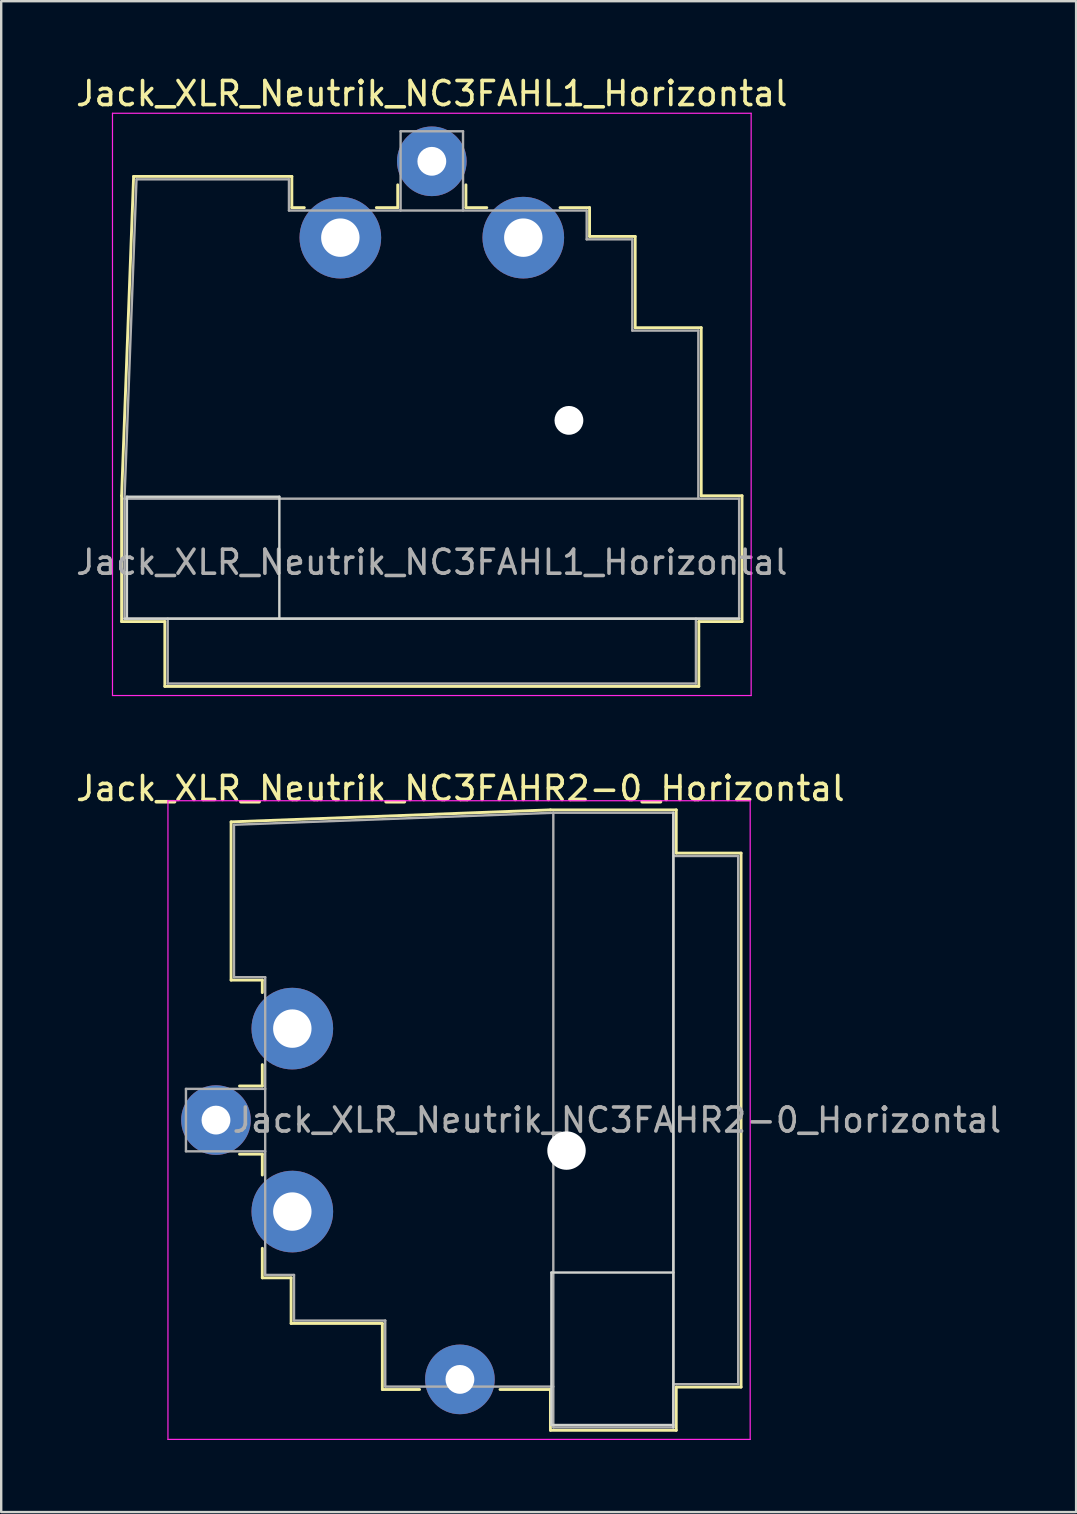
<source format=kicad_pcb>
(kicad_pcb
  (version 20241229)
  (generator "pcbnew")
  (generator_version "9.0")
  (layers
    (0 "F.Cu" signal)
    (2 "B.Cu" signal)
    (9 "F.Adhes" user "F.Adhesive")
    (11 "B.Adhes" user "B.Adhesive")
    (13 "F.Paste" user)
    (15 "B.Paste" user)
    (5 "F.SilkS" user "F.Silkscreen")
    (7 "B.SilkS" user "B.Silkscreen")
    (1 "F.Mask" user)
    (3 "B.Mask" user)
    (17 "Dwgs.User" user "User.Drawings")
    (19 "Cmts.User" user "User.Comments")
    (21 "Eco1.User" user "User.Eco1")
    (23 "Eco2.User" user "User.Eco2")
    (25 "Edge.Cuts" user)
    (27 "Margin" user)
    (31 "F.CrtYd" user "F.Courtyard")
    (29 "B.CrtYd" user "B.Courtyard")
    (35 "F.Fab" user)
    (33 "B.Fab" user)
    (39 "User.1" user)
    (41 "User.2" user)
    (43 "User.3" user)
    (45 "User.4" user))
  (footprint "Jack_XLR_Neutrik_NC3FAHR2-0_Horizontal"
    (layer "F.Cu")
    (at 9.125 39.791)
    (property "Reference" "Jack_XLR_Neutrik_NC3FAHR2-0_Horizontal" (at 7 -10 0) (layer "F.SilkS") (effects (font (size 1 1) (thickness 0.15))))
    (attr through_hole)
    (fp_line (start -2.55 -8.61) (end -2.55 -2.02) (stroke (width 0.12) (type solid)) (layer "F.SilkS"))
    (fp_line (start -2.55 -2.02) (end -1.25 -2.02) (stroke (width 0.12) (type solid)) (layer "F.SilkS"))
    (fp_line (start -1.25 -2.02) (end -1.25 -1.5) (stroke (width 0.12) (type solid)) (layer "F.SilkS"))
    (fp_line (start -1.25 1.5) (end -1.25 2.39) (stroke (width 0.12) (type solid)) (layer "F.SilkS"))
    (fp_line (start -1.25 2.39) (end -2.2 2.39) (stroke (width 0.12) (type solid)) (layer "F.SilkS"))
    (fp_line (start -1.25 5.23) (end -2.2 5.23) (stroke (width 0.12) (type solid)) (layer "F.SilkS"))
    (fp_line (start -1.25 5.23) (end -1.25 6.1) (stroke (width 0.12) (type solid)) (layer "F.SilkS"))
    (fp_line (start -1.25 9.15) (end -1.25 10.38) (stroke (width 0.12) (type solid)) (layer "F.SilkS"))
    (fp_line (start -0.05 10.38) (end -1.25 10.38) (stroke (width 0.12) (type solid)) (layer "F.SilkS"))
    (fp_line (start -0.05 10.38) (end -0.05 12.28) (stroke (width 0.12) (type solid)) (layer "F.SilkS"))
    (fp_line (start 3.75 12.28) (end -0.05 12.28) (stroke (width 0.12) (type solid)) (layer "F.SilkS"))
    (fp_line (start 3.75 12.28) (end 3.75 15.03) (stroke (width 0.12) (type solid)) (layer "F.SilkS"))
    (fp_line (start 5.3 15.03) (end 3.75 15.03) (stroke (width 0.12) (type solid)) (layer "F.SilkS"))
    (fp_line (start 10.75 -9.11) (end -2.55 -8.61) (stroke (width 0.12) (type solid)) (layer "F.SilkS"))
    (fp_line (start 10.75 15.03) (end 8.65 15.03) (stroke (width 0.12) (type solid)) (layer "F.SilkS"))
    (fp_line (start 10.75 16.73) (end 10.75 15.03) (stroke (width 0.12) (type solid)) (layer "F.SilkS"))
    (fp_line (start 15.99 -9.11) (end 10.75 -9.11) (stroke (width 0.12) (type solid)) (layer "F.SilkS"))
    (fp_line (start 15.99 -9.11) (end 15.99 -7.31) (stroke (width 0.12) (type solid)) (layer "F.SilkS"))
    (fp_line (start 15.99 -7.31) (end 18.69 -7.31) (stroke (width 0.12) (type solid)) (layer "F.SilkS"))
    (fp_line (start 15.99 14.93) (end 15.99 16.73) (stroke (width 0.12) (type solid)) (layer "F.SilkS"))
    (fp_line (start 15.99 14.93) (end 18.69 14.93) (stroke (width 0.12) (type solid)) (layer "F.SilkS"))
    (fp_line (start 15.99 16.73) (end 10.75 16.73) (stroke (width 0.12) (type solid)) (layer "F.SilkS"))
    (fp_line (start 18.69 -7.31) (end 18.69 14.93) (stroke (width 0.12) (type solid)) (layer "F.SilkS"))
    (fp_line (start 10.79 10.16) (end 10.79 16.51) (stroke (width 0.1) (type solid)) (layer "Edge.Cuts"))
    (fp_line (start 10.79 16.51) (end 15.87 16.51) (stroke (width 0.1) (type solid)) (layer "Edge.Cuts"))
    (fp_line (start 15.87 -8.99) (end 15.87 16.61) (stroke (width 0.1) (type solid)) (layer "Edge.Cuts"))
    (fp_line (start 15.87 10.16) (end 10.79 10.16) (stroke (width 0.1) (type solid)) (layer "Edge.Cuts"))
    (fp_line (start -5.18 -9.49) (end -5.18 17.11) (stroke (width 0.05) (type solid)) (layer "F.CrtYd"))
    (fp_line (start 19.07 -9.49) (end -5.18 -9.49) (stroke (width 0.05) (type solid)) (layer "F.CrtYd"))
    (fp_line (start 19.07 -9.49) (end 19.07 17.11) (stroke (width 0.05) (type solid)) (layer "F.CrtYd"))
    (fp_line (start 19.07 17.11) (end -5.18 17.11) (stroke (width 0.05) (type solid)) (layer "F.CrtYd"))
    (fp_line (start -4.43 2.51) (end -4.43 5.11) (stroke (width 0.1) (type solid)) (layer "F.Fab"))
    (fp_line (start -4.43 2.51) (end -1.13 2.51) (stroke (width 0.1) (type solid)) (layer "F.Fab"))
    (fp_line (start -4.43 5.11) (end -1.13 5.11) (stroke (width 0.1) (type solid)) (layer "F.Fab"))
    (fp_line (start -2.43 -8.49) (end -2.43 -2.14) (stroke (width 0.1) (type solid)) (layer "F.Fab"))
    (fp_line (start -2.43 -8.49) (end 10.87 -8.99) (stroke (width 0.1) (type solid)) (layer "F.Fab"))
    (fp_line (start -1.13 -2.14) (end -2.43 -2.14) (stroke (width 0.1) (type solid)) (layer "F.Fab"))
    (fp_line (start -1.13 -2.14) (end -1.13 10.26) (stroke (width 0.1) (type solid)) (layer "F.Fab"))
    (fp_line (start -1.13 10.26) (end 0.07 10.26) (stroke (width 0.1) (type solid)) (layer "F.Fab"))
    (fp_line (start 0.07 10.26) (end 0.07 12.16) (stroke (width 0.1) (type solid)) (layer "F.Fab"))
    (fp_line (start 0.07 12.16) (end 3.87 12.16) (stroke (width 0.1) (type solid)) (layer "F.Fab"))
    (fp_line (start 3.87 12.16) (end 3.87 14.91) (stroke (width 0.1) (type solid)) (layer "F.Fab"))
    (fp_line (start 3.87 14.91) (end 10.87 14.91) (stroke (width 0.1) (type solid)) (layer "F.Fab"))
    (fp_line (start 10.87 -8.99) (end 15.87 -8.99) (stroke (width 0.1) (type solid)) (layer "F.Fab"))
    (fp_line (start 10.87 16.61) (end 10.87 -8.99) (stroke (width 0.1) (type solid)) (layer "F.Fab"))
    (fp_line (start 15.87 -8.99) (end 15.87 16.61) (stroke (width 0.1) (type solid)) (layer "F.Fab"))
    (fp_line (start 15.87 -7.19) (end 18.57 -7.19) (stroke (width 0.1) (type solid)) (layer "F.Fab"))
    (fp_line (start 15.87 16.61) (end 10.87 16.61) (stroke (width 0.1) (type solid)) (layer "F.Fab"))
    (fp_line (start 18.57 -7.19) (end 18.57 14.81) (stroke (width 0.1) (type solid)) (layer "F.Fab"))
    (fp_line (start 18.57 14.81) (end 15.87 14.81) (stroke (width 0.1) (type solid)) (layer "F.Fab"))
    (fp_text user "${REFERENCE}" (at 13.52 3.81 0) (layer "F.Fab") (effects (font (size 1 1) (thickness 0.15))))
    (pad "" np_thru_hole circle (at 11.42 5.08) (size 1.6 1.6) (drill 1.6) (layers "*.Cu" "*.Mask"))
    (pad "1" thru_hole circle (at 0 0) (size 3.4 3.4) (drill 1.6) (layers "*.Cu" "*.Mask"))
    (pad "2" thru_hole circle (at -3.18 3.81) (size 2.9 2.9) (drill 1.2) (layers "*.Cu" "*.Mask"))
    (pad "3" thru_hole circle (at 0 7.62) (size 3.4 3.4) (drill 1.6) (layers "*.Cu" "*.Mask"))
    (pad "G" thru_hole circle (at 6.98 14.61) (size 2.9 2.9) (drill 1.2) (layers "*.Cu" "*.Mask")))
  (footprint "Jack_XLR_Neutrik_NC3FAHL1_Horizontal"
    (layer "F.Cu")
    (at 11.125 6.848)
    (property "Reference" "Jack_XLR_Neutrik_NC3FAHL1_Horizontal" (at 3.81 -6 0) (layer "F.SilkS") (effects (font (size 1 1) (thickness 0.15))))
    (attr through_hole)
    (fp_line (start -9.11 10.75) (end -8.61 -2.55) (stroke (width 0.12) (type solid)) (layer "F.SilkS"))
    (fp_line (start -9.11 15.99) (end -9.11 10.75) (stroke (width 0.12) (type solid)) (layer "F.SilkS"))
    (fp_line (start -8.61 -2.55) (end -2.02 -2.55) (stroke (width 0.12) (type solid)) (layer "F.SilkS"))
    (fp_line (start -7.31 15.99) (end -9.11 15.99) (stroke (width 0.12) (type solid)) (layer "F.SilkS"))
    (fp_line (start -7.31 15.99) (end -7.31 18.69) (stroke (width 0.12) (type solid)) (layer "F.SilkS"))
    (fp_line (start -2.02 -2.55) (end -2.02 -1.25) (stroke (width 0.12) (type solid)) (layer "F.SilkS"))
    (fp_line (start -2.02 -1.25) (end -1.5 -1.25) (stroke (width 0.12) (type solid)) (layer "F.SilkS"))
    (fp_line (start 1.5 -1.25) (end 2.39 -1.25) (stroke (width 0.12) (type solid)) (layer "F.SilkS"))
    (fp_line (start 2.39 -1.25) (end 2.39 -2.2) (stroke (width 0.12) (type solid)) (layer "F.SilkS"))
    (fp_line (start 5.23 -1.25) (end 5.23 -2.2) (stroke (width 0.12) (type solid)) (layer "F.SilkS"))
    (fp_line (start 5.23 -1.25) (end 6.1 -1.25) (stroke (width 0.12) (type solid)) (layer "F.SilkS"))
    (fp_line (start 9.15 -1.25) (end 10.38 -1.25) (stroke (width 0.12) (type solid)) (layer "F.SilkS"))
    (fp_line (start 10.38 -0.05) (end 10.38 -1.25) (stroke (width 0.12) (type solid)) (layer "F.SilkS"))
    (fp_line (start 10.38 -0.05) (end 12.28 -0.05) (stroke (width 0.12) (type solid)) (layer "F.SilkS"))
    (fp_line (start 12.28 3.75) (end 12.28 -0.05) (stroke (width 0.12) (type solid)) (layer "F.SilkS"))
    (fp_line (start 12.28 3.75) (end 15.03 3.75) (stroke (width 0.12) (type solid)) (layer "F.SilkS"))
    (fp_line (start 14.93 15.99) (end 14.93 18.69) (stroke (width 0.12) (type solid)) (layer "F.SilkS"))
    (fp_line (start 14.93 18.69) (end -7.31 18.69) (stroke (width 0.12) (type solid)) (layer "F.SilkS"))
    (fp_line (start 15.03 10.75) (end 15.03 3.75) (stroke (width 0.12) (type solid)) (layer "F.SilkS"))
    (fp_line (start 15.03 10.75) (end 16.73 10.75) (stroke (width 0.12) (type solid)) (layer "F.SilkS"))
    (fp_line (start 16.73 15.99) (end 14.93 15.99) (stroke (width 0.12) (type solid)) (layer "F.SilkS"))
    (fp_line (start 16.73 15.99) (end 16.73 10.75) (stroke (width 0.12) (type solid)) (layer "F.SilkS"))
    (fp_line (start -8.89 10.79) (end -8.89 15.87) (stroke (width 0.1) (type solid)) (layer "Edge.Cuts"))
    (fp_line (start -2.54 10.79) (end -8.89 10.79) (stroke (width 0.1) (type solid)) (layer "Edge.Cuts"))
    (fp_line (start -2.54 15.87) (end -2.54 10.79) (stroke (width 0.1) (type solid)) (layer "Edge.Cuts"))
    (fp_line (start 16.61 15.87) (end -8.99 15.87) (stroke (width 0.1) (type solid)) (layer "Edge.Cuts"))
    (fp_line (start -9.49 19.07) (end -9.49 -5.18) (stroke (width 0.05) (type solid)) (layer "F.CrtYd"))
    (fp_line (start 17.11 -5.18) (end -9.49 -5.18) (stroke (width 0.05) (type solid)) (layer "F.CrtYd"))
    (fp_line (start 17.11 19.07) (end -9.49 19.07) (stroke (width 0.05) (type solid)) (layer "F.CrtYd"))
    (fp_line (start 17.11 19.07) (end 17.11 -5.18) (stroke (width 0.05) (type solid)) (layer "F.CrtYd"))
    (fp_line (start -8.99 10.87) (end 16.61 10.87) (stroke (width 0.1) (type solid)) (layer "F.Fab"))
    (fp_line (start -8.99 15.87) (end -8.99 10.87) (stroke (width 0.1) (type solid)) (layer "F.Fab"))
    (fp_line (start -8.49 -2.43) (end -8.99 10.87) (stroke (width 0.1) (type solid)) (layer "F.Fab"))
    (fp_line (start -8.49 -2.43) (end -2.14 -2.43) (stroke (width 0.1) (type solid)) (layer "F.Fab"))
    (fp_line (start -7.19 18.57) (end -7.19 15.87) (stroke (width 0.1) (type solid)) (layer "F.Fab"))
    (fp_line (start -2.14 -1.13) (end -2.14 -2.43) (stroke (width 0.1) (type solid)) (layer "F.Fab"))
    (fp_line (start -2.14 -1.13) (end 10.26 -1.13) (stroke (width 0.1) (type solid)) (layer "F.Fab"))
    (fp_line (start 2.51 -4.43) (end 2.51 -1.13) (stroke (width 0.1) (type solid)) (layer "F.Fab"))
    (fp_line (start 2.51 -4.43) (end 5.11 -4.43) (stroke (width 0.1) (type solid)) (layer "F.Fab"))
    (fp_line (start 5.11 -4.43) (end 5.11 -1.13) (stroke (width 0.1) (type solid)) (layer "F.Fab"))
    (fp_line (start 10.26 -1.13) (end 10.26 0.07) (stroke (width 0.1) (type solid)) (layer "F.Fab"))
    (fp_line (start 10.26 0.07) (end 12.16 0.07) (stroke (width 0.1) (type solid)) (layer "F.Fab"))
    (fp_line (start 12.16 0.07) (end 12.16 3.87) (stroke (width 0.1) (type solid)) (layer "F.Fab"))
    (fp_line (start 12.16 3.87) (end 14.91 3.87) (stroke (width 0.1) (type solid)) (layer "F.Fab"))
    (fp_line (start 14.81 15.87) (end 14.81 18.57) (stroke (width 0.1) (type solid)) (layer "F.Fab"))
    (fp_line (start 14.81 18.57) (end -7.19 18.57) (stroke (width 0.1) (type solid)) (layer "F.Fab"))
    (fp_line (start 14.91 3.87) (end 14.91 10.87) (stroke (width 0.1) (type solid)) (layer "F.Fab"))
    (fp_line (start 16.61 10.87) (end 16.61 15.87) (stroke (width 0.1) (type solid)) (layer "F.Fab"))
    (fp_line (start 16.61 15.87) (end -8.99 15.87) (stroke (width 0.1) (type solid)) (layer "F.Fab"))
    (fp_text user "${REFERENCE}" (at 3.81 13.52 0) (layer "F.Fab") (effects (font (size 1 1) (thickness 0.15))))
    (pad "" np_thru_hole circle (at 9.52 7.61) (size 1.2 1.2) (drill 1.2) (layers "*.Cu" "*.Mask"))
    (pad "1" thru_hole circle (at 0 0) (size 3.4 3.4) (drill 1.6) (layers "*.Cu" "*.Mask"))
    (pad "2" thru_hole circle (at 3.81 -3.18) (size 2.9 2.9) (drill 1.2) (layers "*.Cu" "*.Mask"))
    (pad "3" thru_hole circle (at 7.62 0) (size 3.4 3.4) (drill 1.6) (layers "*.Cu" "*.Mask")))
  (gr_rect
    (start -3 -3)
    (end 41.77 59.926)
    (stroke (width 0.1) (type default))
    (fill no)
    (layer "Edge.Cuts")))
</source>
